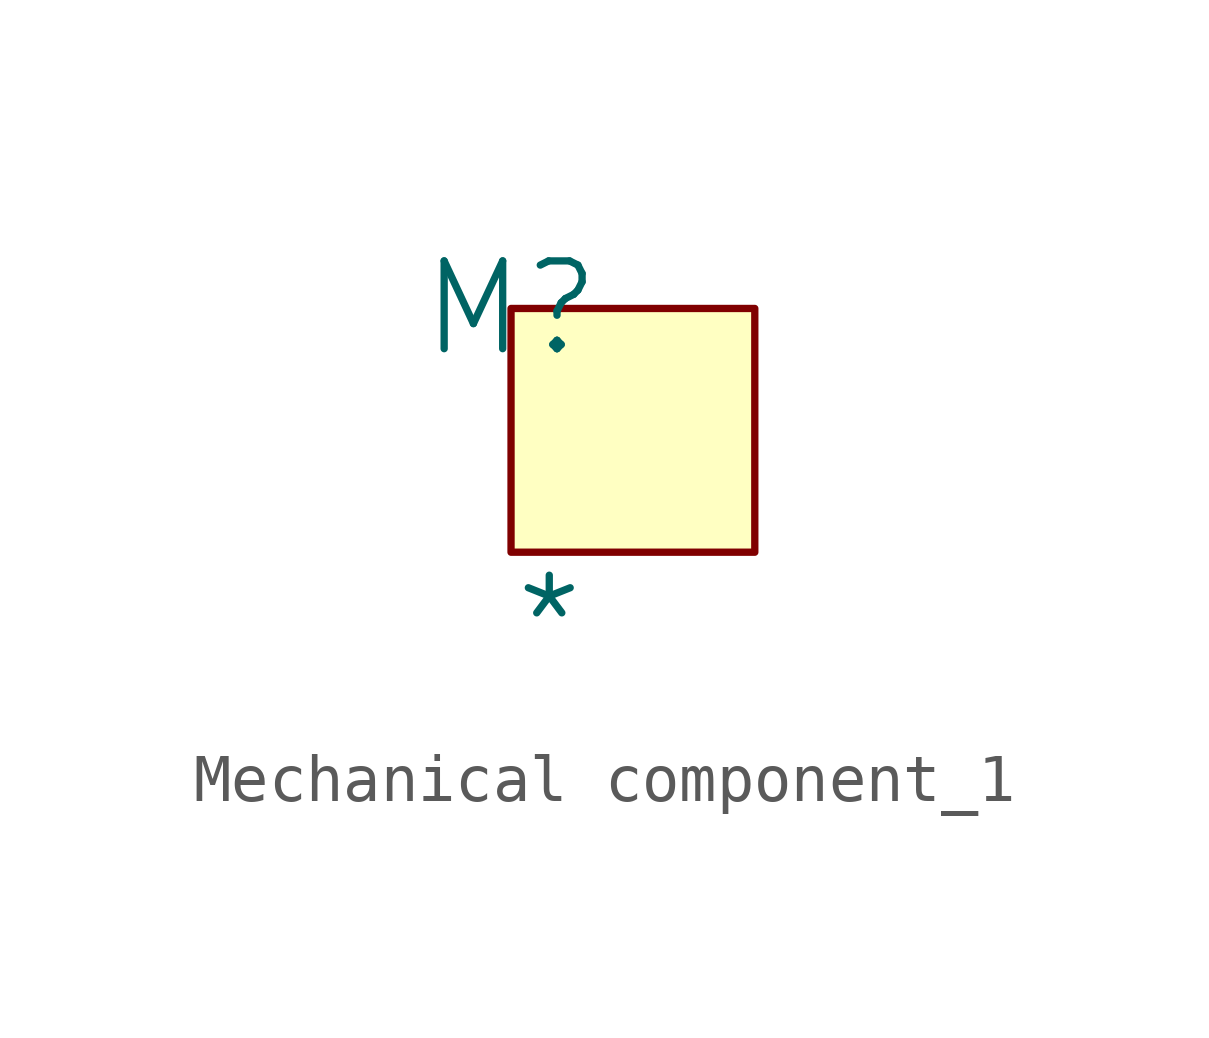
<source format=kicad_sym>
(kicad_symbol_lib
  (version 20241209)
  (generator "kicad_symbol_editor")
  (generator_version "9.0")
  (symbol "Mechanical component_1"
    (pin_numbers
      (hide yes))
    (pin_names
      (hide yes))
    (property "Reference" "M"
      (at 0 0 0)
      (effects (font (size 1.829 1.829))))
    (property "Value" "*"
      (at 0 -7.62 0)
      (effects (font (size 1.829 1.829)) (justify left bottom)))
    (symbol "Mechanical component_1_1_0"
      (rectangle (start 5.08 0) (end 0 -5.08) (stroke (width 0) (type solid) (color 128 0 0 1)) (fill (type background))))))
</source>
